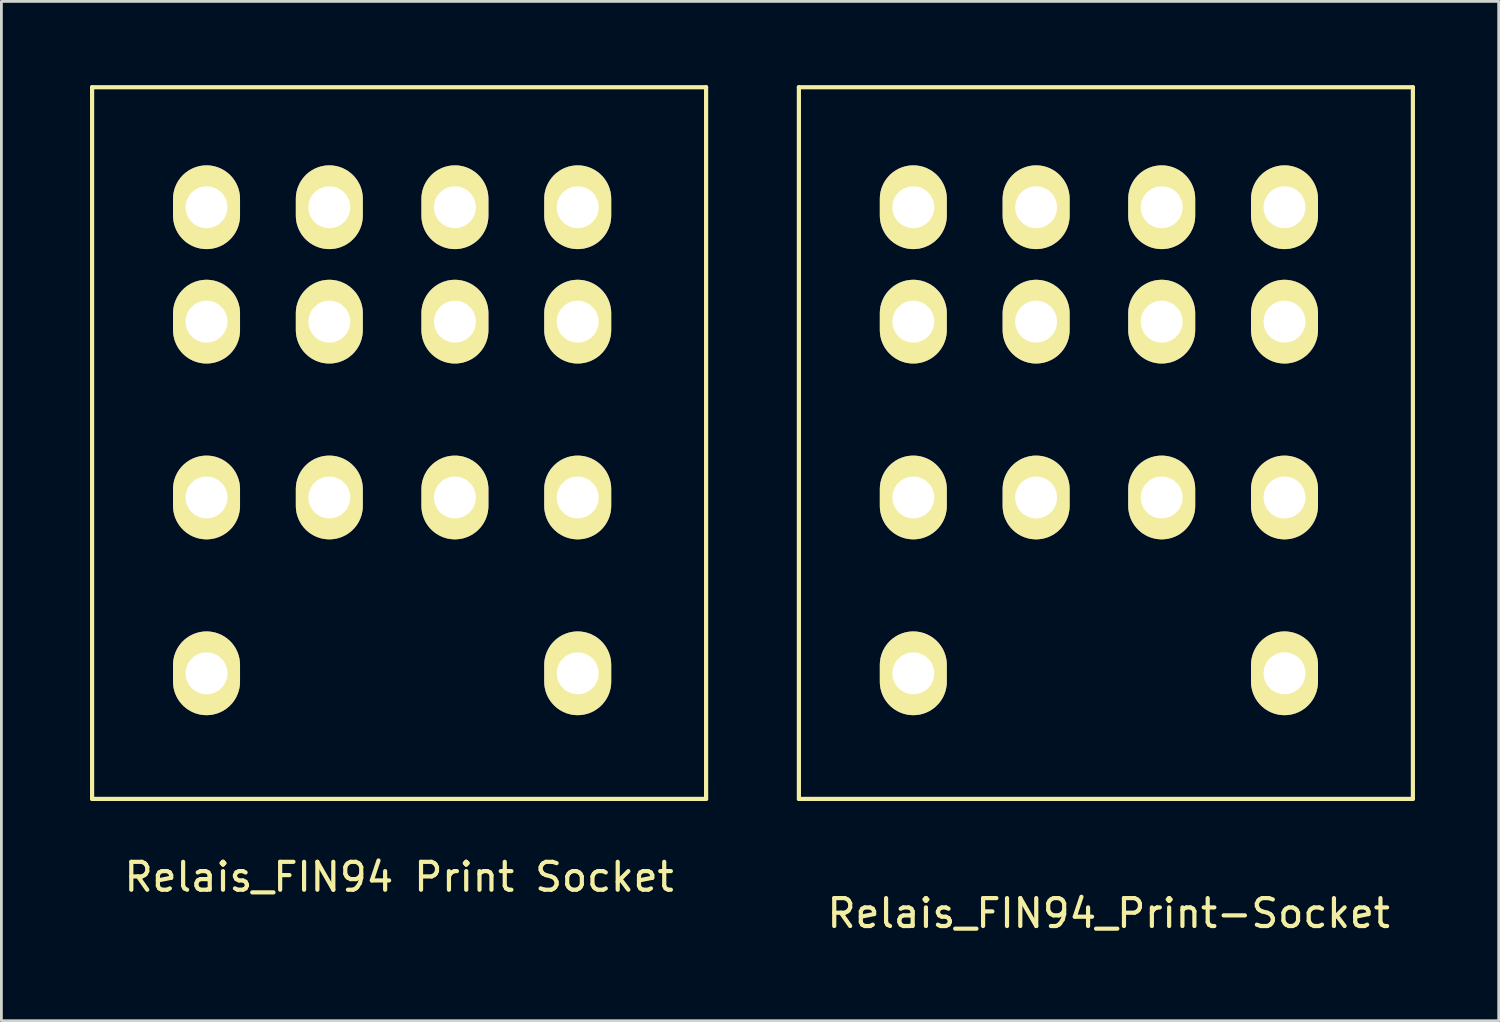
<source format=kicad_pcb>
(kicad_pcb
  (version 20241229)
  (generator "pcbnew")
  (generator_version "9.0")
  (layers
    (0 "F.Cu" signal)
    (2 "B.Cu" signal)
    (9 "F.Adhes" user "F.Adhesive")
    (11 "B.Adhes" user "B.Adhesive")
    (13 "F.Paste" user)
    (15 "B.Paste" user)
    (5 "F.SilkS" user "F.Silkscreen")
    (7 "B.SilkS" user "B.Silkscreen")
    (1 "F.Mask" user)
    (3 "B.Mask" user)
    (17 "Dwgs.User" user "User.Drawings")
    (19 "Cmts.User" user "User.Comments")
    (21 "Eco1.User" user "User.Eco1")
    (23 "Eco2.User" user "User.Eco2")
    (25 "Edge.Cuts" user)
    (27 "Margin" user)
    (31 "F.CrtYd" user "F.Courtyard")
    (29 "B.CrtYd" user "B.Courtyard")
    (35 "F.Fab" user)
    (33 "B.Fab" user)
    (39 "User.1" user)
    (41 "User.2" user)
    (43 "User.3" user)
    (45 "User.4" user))
  (footprint "Relais_FIN94_Print-Socket"
    (layer "F.Cu")
    (at 25.575 25.575)
    (property "Reference" "Relais_FIN94_Print-Socket" (at 11.1 4.1 0) (layer "F.SilkS") (effects (font (size 1 1) (thickness 0.15))))
    (attr through_hole)
    (fp_line (start 0 -25.5) (end 0 0) (stroke (width 0.15) (type solid)) (layer "F.SilkS"))
    (fp_line (start 0 0) (end 22 0) (stroke (width 0.15) (type solid)) (layer "F.SilkS"))
    (fp_line (start 22 -25.5) (end 0 -25.5) (stroke (width 0.15) (type solid)) (layer "F.SilkS"))
    (fp_line (start 22 0) (end 22 -25.5) (stroke (width 0.15) (type solid)) (layer "F.SilkS"))
    (pad "1" thru_hole oval (at 17.4 -21.2) (size 2.4 3) (drill 1.5) (layers "*.Cu" "*.Mask" "F.SilkS"))
    (pad "2" thru_hole oval (at 13 -21.2) (size 2.4 3) (drill 1.5) (layers "*.Cu" "*.Mask" "F.SilkS"))
    (pad "3" thru_hole oval (at 8.5 -21.2) (size 2.4 3) (drill 1.5) (layers "*.Cu" "*.Mask" "F.SilkS"))
    (pad "4" thru_hole oval (at 4.1 -21.2) (size 2.4 3) (drill 1.5) (layers "*.Cu" "*.Mask" "F.SilkS"))
    (pad "5" thru_hole oval (at 17.4 -17.1) (size 2.4 3) (drill 1.5) (layers "*.Cu" "*.Mask" "F.SilkS"))
    (pad "6" thru_hole oval (at 13 -17.1) (size 2.4 3) (drill 1.5) (layers "*.Cu" "*.Mask" "F.SilkS"))
    (pad "7" thru_hole oval (at 8.5 -17.1) (size 2.4 3) (drill 1.5) (layers "*.Cu" "*.Mask" "F.SilkS"))
    (pad "8" thru_hole oval (at 4.1 -17.1) (size 2.4 3) (drill 1.5) (layers "*.Cu" "*.Mask" "F.SilkS"))
    (pad "9" thru_hole oval (at 17.4 -10.8) (size 2.4 3) (drill 1.5) (layers "*.Cu" "*.Mask" "F.SilkS"))
    (pad "10" thru_hole oval (at 13 -10.8) (size 2.4 3) (drill 1.5) (layers "*.Cu" "*.Mask" "F.SilkS"))
    (pad "11" thru_hole oval (at 8.5 -10.8) (size 2.4 3) (drill 1.5) (layers "*.Cu" "*.Mask" "F.SilkS"))
    (pad "12" thru_hole oval (at 4.1 -10.8) (size 2.4 3) (drill 1.5) (layers "*.Cu" "*.Mask" "F.SilkS"))
    (pad "13" thru_hole oval (at 17.4 -4.5) (size 2.4 3) (drill 1.5) (layers "*.Cu" "*.Mask" "F.SilkS"))
    (pad "14" thru_hole oval (at 4.1 -4.5) (size 2.4 3) (drill 1.5) (layers "*.Cu" "*.Mask" "F.SilkS")))
  (footprint "Relais_FIN94 Print Socket"
    (layer "F.Cu")
    (at 0.25 25.575)
    (property "Reference" "Relais_FIN94 Print Socket" (at 11 2.8 0) (layer "F.SilkS") (effects (font (size 1 1) (thickness 0.15))))
    (attr through_hole)
    (fp_line (start 0 -25.5) (end 0 0) (stroke (width 0.15) (type solid)) (layer "F.SilkS"))
    (fp_line (start 0 0) (end 22 0) (stroke (width 0.15) (type solid)) (layer "F.SilkS"))
    (fp_line (start 22 -25.5) (end 0 -25.5) (stroke (width 0.15) (type solid)) (layer "F.SilkS"))
    (fp_line (start 22 0) (end 22 -25.5) (stroke (width 0.15) (type solid)) (layer "F.SilkS"))
    (pad "8" thru_hole oval (at 4.1 -4.5) (size 2.4 3) (drill 1.5) (layers "*.Cu" "*.Mask" "F.SilkS"))
    (pad "9" thru_hole oval (at 17.4 -4.5) (size 2.4 3) (drill 1.5) (layers "*.Cu" "*.Mask" "F.SilkS"))
    (pad "12" thru_hole oval (at 4.1 -10.8) (size 2.4 3) (drill 1.5) (layers "*.Cu" "*.Mask" "F.SilkS"))
    (pad "13" thru_hole oval (at 17.4 -10.8) (size 2.4 3) (drill 1.5) (layers "*.Cu" "*.Mask" "F.SilkS"))
    (pad "14" thru_hole oval (at 8.5 -10.8) (size 2.4 3) (drill 1.5) (layers "*.Cu" "*.Mask" "F.SilkS"))
    (pad "15" thru_hole oval (at 13 -10.8) (size 2.4 3) (drill 1.5) (layers "*.Cu" "*.Mask" "F.SilkS"))
    (pad "16" thru_hole oval (at 13 -17.1) (size 2.4 3) (drill 1.5) (layers "*.Cu" "*.Mask" "F.SilkS"))
    (pad "17" thru_hole oval (at 17.4 -17.1) (size 2.4 3) (drill 1.5) (layers "*.Cu" "*.Mask" "F.SilkS"))
    (pad "18" thru_hole oval (at 8.5 -17.1) (size 2.4 3) (drill 1.5) (layers "*.Cu" "*.Mask" "F.SilkS"))
    (pad "19" thru_hole oval (at 4.1 -17.1) (size 2.4 3) (drill 1.5) (layers "*.Cu" "*.Mask" "F.SilkS"))
    (pad "20" thru_hole oval (at 4.1 -21.2) (size 2.4 3) (drill 1.5) (layers "*.Cu" "*.Mask" "F.SilkS"))
    (pad "21" thru_hole oval (at 8.5 -21.2) (size 2.4 3) (drill 1.5) (layers "*.Cu" "*.Mask" "F.SilkS"))
    (pad "22" thru_hole oval (at 13 -21.2) (size 2.4 3) (drill 1.5) (layers "*.Cu" "*.Mask" "F.SilkS"))
    (pad "23" thru_hole oval (at 17.4 -21.2) (size 2.4 3) (drill 1.5) (layers "*.Cu" "*.Mask" "F.SilkS")))
  (gr_rect
    (start -3 -3)
    (end 50.65 33.523)
    (stroke (width 0.1) (type default))
    (fill no)
    (layer "Edge.Cuts")))
</source>
